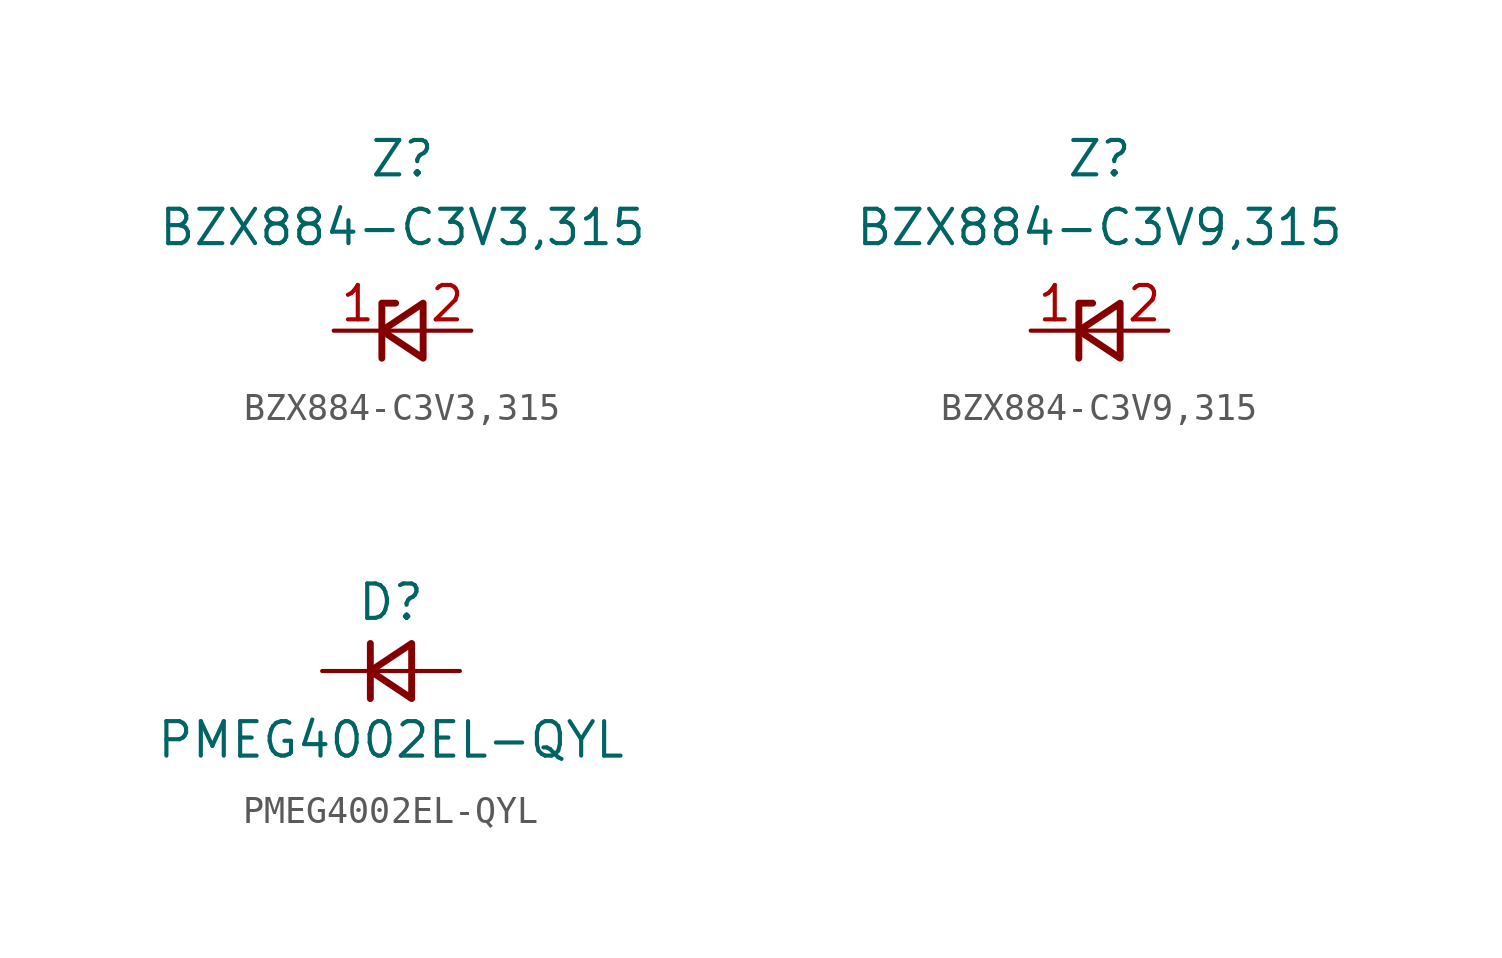
<source format=kicad_sym>
(kicad_symbol_lib
  (version 20241209)
  (generator "kicad_symbol_editor")
  (generator_version "9.0")
  (symbol "BZX884-C3V3,315"
    (pin_names
      (hide yes))
    (property "Reference" "Z"
      (at 0 6.35 0)
      (effects (font (size 1.27 1.27))))
    (property "Value" "BZX884-C3V3,315"
      (at 0 3.81 0)
      (effects (font (size 1.27 1.27))))
    (symbol "BZX884-C3V3,315_0_1"
      (polyline (pts (xy -0.254 1.016) (xy -0.762 1.016) (xy -0.762 -1.016)) (stroke (width 0.254) (type default)) (fill (type none)))
      (polyline (pts (xy 0.762 1.016) (xy -0.762 0) (xy 0.762 -1.016) (xy 0.762 1.016)) (stroke (width 0.254) (type default)) (fill (type none)))
      (polyline (pts (xy 0.762 0) (xy -0.762 0)) (stroke (width 0) (type default)) (fill (type none))))
    (symbol "BZX884-C3V3,315_1_1"
      (pin passive line (at -2.54 0 0) (length 1.778) (name "K" (effects (font (size 1.27 1.27)))) (number "1" (effects (font (size 1.27 1.27)))))
      (pin passive line (at 2.54 0 180) (length 1.778) (name "A" (effects (font (size 1.27 1.27)))) (number "2" (effects (font (size 1.27 1.27)))))))
  (symbol "BZX884-C3V9,315"
    (pin_names
      (hide yes))
    (property "Reference" "Z"
      (at 0 6.35 0)
      (effects (font (size 1.27 1.27))))
    (property "Value" "BZX884-C3V9,315"
      (at 0 3.81 0)
      (effects (font (size 1.27 1.27))))
    (symbol "BZX884-C3V9,315_0_1"
      (polyline (pts (xy -0.254 1.016) (xy -0.762 1.016) (xy -0.762 -1.016)) (stroke (width 0.254) (type default)) (fill (type none)))
      (polyline (pts (xy 0.762 1.016) (xy -0.762 0) (xy 0.762 -1.016) (xy 0.762 1.016)) (stroke (width 0.254) (type default)) (fill (type none)))
      (polyline (pts (xy 0.762 0) (xy -0.762 0)) (stroke (width 0) (type default)) (fill (type none))))
    (symbol "BZX884-C3V9,315_1_1"
      (pin passive line (at -2.54 0 0) (length 1.778) (name "K" (effects (font (size 1.27 1.27)))) (number "1" (effects (font (size 1.27 1.27)))))
      (pin passive line (at 2.54 0 180) (length 1.778) (name "A" (effects (font (size 1.27 1.27)))) (number "2" (effects (font (size 1.27 1.27)))))))
  (symbol "PMEG4002EL-QYL"
    (pin_numbers
      (hide yes))
    (pin_names
      (offset 0.254)
      (hide yes))
    (property "Reference" "D"
      (at 0 2.54 0)
      (effects (font (size 1.27 1.27))))
    (property "Value" "PMEG4002EL-QYL"
      (at 0 -2.54 0)
      (effects (font (size 1.27 1.27))))
    (symbol "PMEG4002EL-QYL_0_1"
      (polyline (pts (xy -0.762 0) (xy 0.762 0)) (stroke (width 0) (type default)) (fill (type none)))
      (polyline (pts (xy -0.762 -1.016) (xy -0.762 1.016)) (stroke (width 0.254) (type default)) (fill (type none)))
      (polyline (pts (xy 0.762 -1.016) (xy -0.762 0) (xy 0.762 1.016) (xy 0.762 -1.016)) (stroke (width 0.254) (type default)) (fill (type none))))
    (symbol "PMEG4002EL-QYL_1_1"
      (pin passive line (at -2.54 0 0) (length 1.778) (name "K" (effects (font (size 1.27 1.27)))) (number "1" (effects (font (size 1.27 1.27)))))
      (pin passive line (at 2.54 0 180) (length 1.778) (name "A" (effects (font (size 1.27 1.27)))) (number "2" (effects (font (size 1.27 1.27))))))))
</source>
